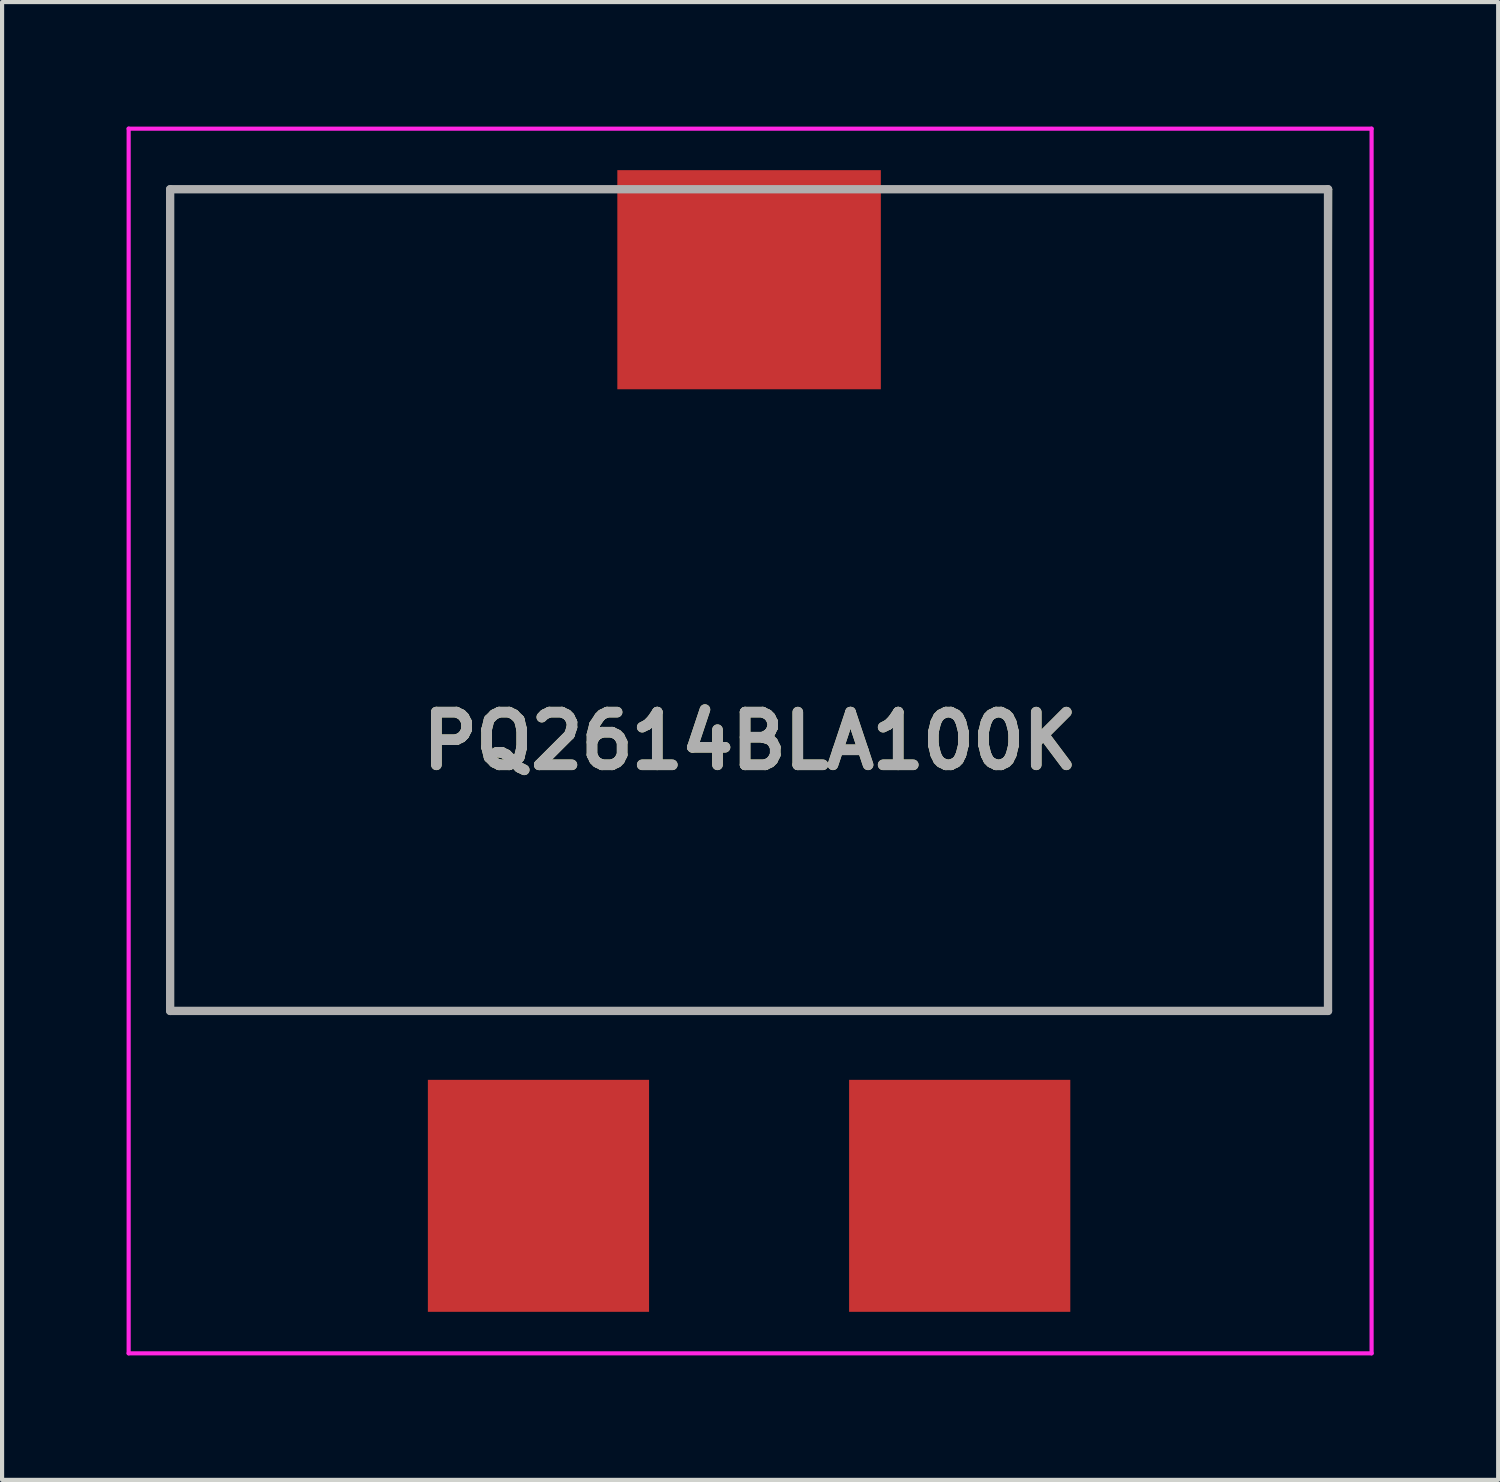
<source format=kicad_pcb>
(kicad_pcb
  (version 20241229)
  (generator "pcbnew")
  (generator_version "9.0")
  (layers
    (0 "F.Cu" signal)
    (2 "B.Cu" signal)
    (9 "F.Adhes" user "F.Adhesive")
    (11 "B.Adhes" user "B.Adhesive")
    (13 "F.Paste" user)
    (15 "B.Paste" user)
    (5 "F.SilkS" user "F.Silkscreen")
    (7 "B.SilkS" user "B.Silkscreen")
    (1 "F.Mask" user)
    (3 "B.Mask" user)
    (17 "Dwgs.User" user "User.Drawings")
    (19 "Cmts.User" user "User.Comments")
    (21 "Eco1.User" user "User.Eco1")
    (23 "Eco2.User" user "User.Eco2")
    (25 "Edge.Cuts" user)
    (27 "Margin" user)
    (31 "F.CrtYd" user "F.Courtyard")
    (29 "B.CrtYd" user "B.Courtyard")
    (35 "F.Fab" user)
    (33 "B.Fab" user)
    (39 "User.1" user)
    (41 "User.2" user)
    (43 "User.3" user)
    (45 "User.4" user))
  (footprint "PQ2614BLA100K"
    (layer "F.Cu")
    (at 15.025 13.637)
    (property "Reference" "PQ2614BLA100K" (at 0 1.168 0) (layer "F.SilkS") (effects (font (size 1.27 1.27) (thickness 0.254))))
    (attr smd)
    (fp_line (start -13.975 -12.127) (end -13.975 7.672) (stroke (width 0.1) (type solid)) (layer "F.SilkS"))
    (fp_line (start 3.575 -12.127) (end 13.975 -12.127) (stroke (width 0.1) (type solid)) (layer "F.SilkS"))
    (fp_line (start 13.925 7.672) (end -13.975 7.672) (stroke (width 0.1) (type solid)) (layer "F.SilkS"))
    (fp_line (start 13.975 -12.127) (end 13.925 7.672) (stroke (width 0.1) (type solid)) (layer "F.SilkS"))
    (fp_line (start -14.975 -13.587) (end 14.975 -13.587) (stroke (width 0.1) (type solid)) (layer "F.CrtYd"))
    (fp_line (start -14.975 15.923) (end -14.975 -13.587) (stroke (width 0.1) (type solid)) (layer "F.CrtYd"))
    (fp_line (start 14.975 -13.587) (end 14.975 15.923) (stroke (width 0.1) (type solid)) (layer "F.CrtYd"))
    (fp_line (start 14.975 15.923) (end -14.975 15.923) (stroke (width 0.1) (type solid)) (layer "F.CrtYd"))
    (fp_line (start -13.975 -12.127) (end 13.925 -12.127) (stroke (width 0.2) (type solid)) (layer "F.Fab"))
    (fp_line (start -13.975 7.672) (end -13.975 -12.127) (stroke (width 0.2) (type solid)) (layer "F.Fab"))
    (fp_line (start 13.925 -12.127) (end 13.925 7.672) (stroke (width 0.2) (type solid)) (layer "F.Fab"))
    (fp_line (start 13.925 7.672) (end -13.975 7.672) (stroke (width 0.2) (type solid)) (layer "F.Fab"))
    (fp_text user "${REFERENCE}" (at 0 1.168 0) (layer "F.Fab") (effects (font (size 1.27 1.27) (thickness 0.254))))
    (pad "1" smd rect (at -5.1 12.128) (size 5.33 5.59) (layers "F.Cu" "F.Mask" "F.Paste"))
    (pad "2" smd rect (at -0.025 -9.947 90) (size 5.28 6.35) (layers "F.Cu" "F.Mask" "F.Paste"))
    (pad "3" smd rect (at 5.05 12.128) (size 5.33 5.59) (layers "F.Cu" "F.Mask" "F.Paste")))
  (gr_rect
    (start -3 -3)
    (end 33.05 32.61)
    (stroke (width 0.1) (type default))
    (fill no)
    (layer "Edge.Cuts")))
</source>
